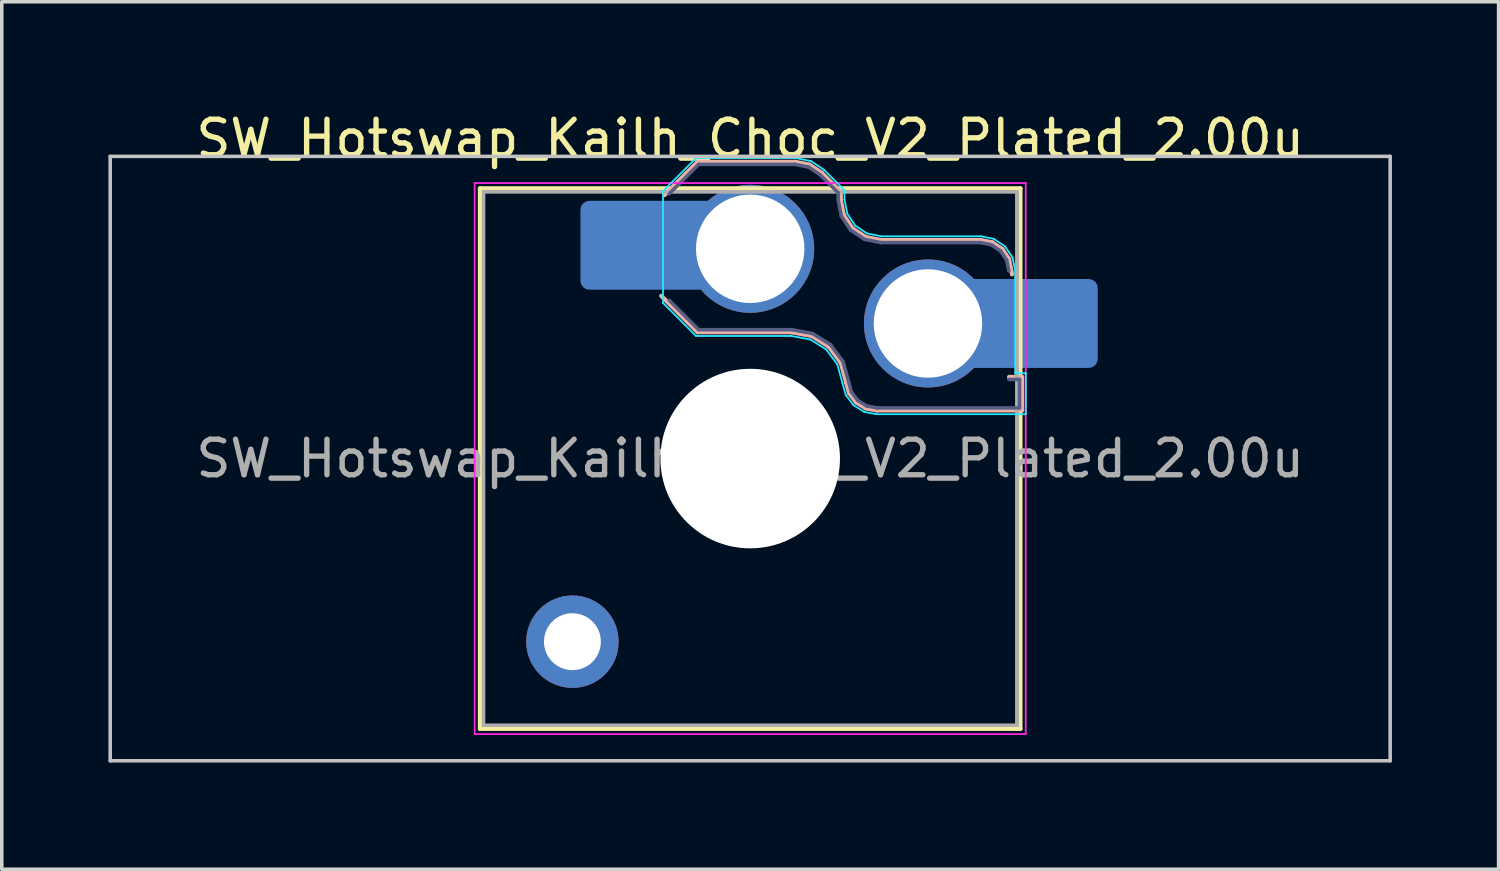
<source format=kicad_pcb>
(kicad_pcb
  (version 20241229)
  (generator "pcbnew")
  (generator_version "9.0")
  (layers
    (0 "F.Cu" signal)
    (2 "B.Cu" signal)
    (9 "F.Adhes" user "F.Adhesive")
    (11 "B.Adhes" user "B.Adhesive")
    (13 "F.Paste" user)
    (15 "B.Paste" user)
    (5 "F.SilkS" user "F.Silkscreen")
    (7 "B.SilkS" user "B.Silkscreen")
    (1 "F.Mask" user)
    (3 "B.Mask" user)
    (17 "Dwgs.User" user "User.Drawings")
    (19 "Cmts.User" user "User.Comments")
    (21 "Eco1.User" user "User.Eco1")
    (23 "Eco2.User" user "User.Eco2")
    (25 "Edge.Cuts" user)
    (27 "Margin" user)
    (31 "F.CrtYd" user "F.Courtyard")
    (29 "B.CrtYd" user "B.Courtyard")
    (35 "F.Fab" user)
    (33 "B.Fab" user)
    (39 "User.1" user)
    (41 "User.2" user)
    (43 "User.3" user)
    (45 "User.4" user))
  (footprint "SW_Hotswap_Kailh_Choc_V2_Plated_2.00u"
    (layer "F.Cu")
    (at 18.05 9.848)
    (property "Reference" "SW_Hotswap_Kailh_Choc_V2_Plated_2.00u" (at 0 -9 0) (layer "F.SilkS") (effects (font (size 1 1) (thickness 0.15))))
    (attr smd)
    (fp_line (start -7.6 -7.6) (end -7.6 7.6) (stroke (width 0.12) (type solid)) (layer "F.SilkS"))
    (fp_line (start -7.6 7.6) (end 7.6 7.6) (stroke (width 0.12) (type solid)) (layer "F.SilkS"))
    (fp_line (start 7.6 -7.6) (end -7.6 -7.6) (stroke (width 0.12) (type solid)) (layer "F.SilkS"))
    (fp_line (start 7.6 7.6) (end 7.6 -7.6) (stroke (width 0.12) (type solid)) (layer "F.SilkS"))
    (fp_line (start -2.416 -7.409) (end -1.479 -8.346) (stroke (width 0.12) (type solid)) (layer "B.SilkS"))
    (fp_line (start -1.479 -8.346) (end 1.268 -8.346) (stroke (width 0.12) (type solid)) (layer "B.SilkS"))
    (fp_line (start -1.479 -3.554) (end -2.5 -4.575) (stroke (width 0.12) (type solid)) (layer "B.SilkS"))
    (fp_line (start 1.168 -3.554) (end -1.479 -3.554) (stroke (width 0.12) (type solid)) (layer "B.SilkS"))
    (fp_line (start 1.268 -8.346) (end 1.671 -8.266) (stroke (width 0.12) (type solid)) (layer "B.SilkS"))
    (fp_line (start 1.671 -8.266) (end 2.013 -8.037) (stroke (width 0.12) (type solid)) (layer "B.SilkS"))
    (fp_line (start 1.73 -3.449) (end 1.168 -3.554) (stroke (width 0.12) (type solid)) (layer "B.SilkS"))
    (fp_line (start 2.013 -8.037) (end 2.546 -7.504) (stroke (width 0.12) (type solid)) (layer "B.SilkS"))
    (fp_line (start 2.209 -3.15) (end 1.73 -3.449) (stroke (width 0.12) (type solid)) (layer "B.SilkS"))
    (fp_line (start 2.546 -7.504) (end 2.546 -7.282) (stroke (width 0.12) (type solid)) (layer "B.SilkS"))
    (fp_line (start 2.546 -7.282) (end 2.633 -6.844) (stroke (width 0.12) (type solid)) (layer "B.SilkS"))
    (fp_line (start 2.547 -2.697) (end 2.209 -3.15) (stroke (width 0.12) (type solid)) (layer "B.SilkS"))
    (fp_line (start 2.633 -6.844) (end 2.877 -6.477) (stroke (width 0.12) (type solid)) (layer "B.SilkS"))
    (fp_line (start 2.701 -2.139) (end 2.547 -2.697) (stroke (width 0.12) (type solid)) (layer "B.SilkS"))
    (fp_line (start 2.783 -1.841) (end 2.701 -2.139) (stroke (width 0.12) (type solid)) (layer "B.SilkS"))
    (fp_line (start 2.877 -6.477) (end 3.244 -6.233) (stroke (width 0.12) (type solid)) (layer "B.SilkS"))
    (fp_line (start 2.976 -1.583) (end 2.783 -1.841) (stroke (width 0.12) (type solid)) (layer "B.SilkS"))
    (fp_line (start 3.244 -6.233) (end 3.682 -6.146) (stroke (width 0.12) (type solid)) (layer "B.SilkS"))
    (fp_line (start 3.25 -1.413) (end 2.976 -1.583) (stroke (width 0.12) (type solid)) (layer "B.SilkS"))
    (fp_line (start 3.56 -1.354) (end 3.25 -1.413) (stroke (width 0.12) (type solid)) (layer "B.SilkS"))
    (fp_line (start 3.682 -6.146) (end 6.482 -6.146) (stroke (width 0.12) (type solid)) (layer "B.SilkS"))
    (fp_line (start 6.482 -6.146) (end 6.809 -6.081) (stroke (width 0.12) (type solid)) (layer "B.SilkS"))
    (fp_line (start 6.809 -6.081) (end 7.092 -5.892) (stroke (width 0.12) (type solid)) (layer "B.SilkS"))
    (fp_line (start 7.092 -5.892) (end 7.281 -5.609) (stroke (width 0.12) (type solid)) (layer "B.SilkS"))
    (fp_line (start 7.281 -5.609) (end 7.366 -5.182) (stroke (width 0.12) (type solid)) (layer "B.SilkS"))
    (fp_line (start 7.283 -2.296) (end 7.646 -2.296) (stroke (width 0.12) (type solid)) (layer "B.SilkS"))
    (fp_line (start 7.646 -2.296) (end 7.646 -1.354) (stroke (width 0.12) (type solid)) (layer "B.SilkS"))
    (fp_line (start 7.646 -1.354) (end 3.56 -1.354) (stroke (width 0.12) (type solid)) (layer "B.SilkS"))
    (fp_line (start -18 -8.5) (end -18 8.5) (stroke (width 0.1) (type solid)) (layer "Dwgs.User"))
    (fp_line (start -18 8.5) (end 18 8.5) (stroke (width 0.1) (type solid)) (layer "Dwgs.User"))
    (fp_line (start 18 -8.5) (end -18 -8.5) (stroke (width 0.1) (type solid)) (layer "Dwgs.User"))
    (fp_line (start 18 8.5) (end 18 -8.5) (stroke (width 0.1) (type solid)) (layer "Dwgs.User"))
    (fp_line (start -7.25 -7.25) (end -7.25 7.25) (stroke (width 0.1) (type solid)) (layer "Eco1.User"))
    (fp_line (start -7.25 7.25) (end 7.25 7.25) (stroke (width 0.1) (type solid)) (layer "Eco1.User"))
    (fp_line (start 7.25 -7.25) (end -7.25 -7.25) (stroke (width 0.1) (type solid)) (layer "Eco1.User"))
    (fp_line (start 7.25 7.25) (end 7.25 -7.25) (stroke (width 0.1) (type solid)) (layer "Eco1.User"))
    (fp_line (start -2.452 -7.523) (end -1.523 -8.452) (stroke (width 0.05) (type solid)) (layer "B.CrtYd"))
    (fp_line (start -2.452 -4.377) (end -2.452 -7.523) (stroke (width 0.05) (type solid)) (layer "B.CrtYd"))
    (fp_line (start -1.523 -8.452) (end 1.278 -8.452) (stroke (width 0.05) (type solid)) (layer "B.CrtYd"))
    (fp_line (start -1.523 -3.448) (end -2.452 -4.377) (stroke (width 0.05) (type solid)) (layer "B.CrtYd"))
    (fp_line (start 1.159 -3.448) (end -1.523 -3.448) (stroke (width 0.05) (type solid)) (layer "B.CrtYd"))
    (fp_line (start 1.278 -8.452) (end 1.712 -8.366) (stroke (width 0.05) (type solid)) (layer "B.CrtYd"))
    (fp_line (start 1.691 -3.348) (end 1.159 -3.448) (stroke (width 0.05) (type solid)) (layer "B.CrtYd"))
    (fp_line (start 1.712 -8.366) (end 2.081 -8.119) (stroke (width 0.05) (type solid)) (layer "B.CrtYd"))
    (fp_line (start 2.081 -8.119) (end 2.652 -7.548) (stroke (width 0.05) (type solid)) (layer "B.CrtYd"))
    (fp_line (start 2.136 -3.071) (end 1.691 -3.348) (stroke (width 0.05) (type solid)) (layer "B.CrtYd"))
    (fp_line (start 2.45 -2.65) (end 2.136 -3.071) (stroke (width 0.05) (type solid)) (layer "B.CrtYd"))
    (fp_line (start 2.599 -2.111) (end 2.45 -2.65) (stroke (width 0.05) (type solid)) (layer "B.CrtYd"))
    (fp_line (start 2.652 -7.548) (end 2.652 -7.292) (stroke (width 0.05) (type solid)) (layer "B.CrtYd"))
    (fp_line (start 2.652 -7.292) (end 2.733 -6.885) (stroke (width 0.05) (type solid)) (layer "B.CrtYd"))
    (fp_line (start 2.687 -1.794) (end 2.599 -2.111) (stroke (width 0.05) (type solid)) (layer "B.CrtYd"))
    (fp_line (start 2.733 -6.885) (end 2.953 -6.553) (stroke (width 0.05) (type solid)) (layer "B.CrtYd"))
    (fp_line (start 2.903 -1.503) (end 2.687 -1.794) (stroke (width 0.05) (type solid)) (layer "B.CrtYd"))
    (fp_line (start 2.953 -6.553) (end 3.285 -6.333) (stroke (width 0.05) (type solid)) (layer "B.CrtYd"))
    (fp_line (start 3.211 -1.312) (end 2.903 -1.503) (stroke (width 0.05) (type solid)) (layer "B.CrtYd"))
    (fp_line (start 3.285 -6.333) (end 3.692 -6.252) (stroke (width 0.05) (type solid)) (layer "B.CrtYd"))
    (fp_line (start 3.55 -1.248) (end 3.211 -1.312) (stroke (width 0.05) (type solid)) (layer "B.CrtYd"))
    (fp_line (start 3.692 -6.252) (end 6.492 -6.252) (stroke (width 0.05) (type solid)) (layer "B.CrtYd"))
    (fp_line (start 6.492 -6.252) (end 6.85 -6.181) (stroke (width 0.05) (type solid)) (layer "B.CrtYd"))
    (fp_line (start 6.85 -6.181) (end 7.168 -5.968) (stroke (width 0.05) (type solid)) (layer "B.CrtYd"))
    (fp_line (start 7.168 -5.968) (end 7.381 -5.65) (stroke (width 0.05) (type solid)) (layer "B.CrtYd"))
    (fp_line (start 7.381 -5.65) (end 7.452 -5.292) (stroke (width 0.05) (type solid)) (layer "B.CrtYd"))
    (fp_line (start 7.452 -5.292) (end 7.452 -2.402) (stroke (width 0.05) (type solid)) (layer "B.CrtYd"))
    (fp_line (start 7.452 -2.402) (end 7.752 -2.402) (stroke (width 0.05) (type solid)) (layer "B.CrtYd"))
    (fp_line (start 7.752 -2.402) (end 7.752 -1.248) (stroke (width 0.05) (type solid)) (layer "B.CrtYd"))
    (fp_line (start 7.752 -1.248) (end 3.55 -1.248) (stroke (width 0.05) (type solid)) (layer "B.CrtYd"))
    (fp_line (start -7.75 -7.75) (end -7.75 7.75) (stroke (width 0.05) (type solid)) (layer "F.CrtYd"))
    (fp_line (start -7.75 7.75) (end 7.75 7.75) (stroke (width 0.05) (type solid)) (layer "F.CrtYd"))
    (fp_line (start 7.75 -7.75) (end -7.75 -7.75) (stroke (width 0.05) (type solid)) (layer "F.CrtYd"))
    (fp_line (start 7.75 7.75) (end 7.75 -7.75) (stroke (width 0.05) (type solid)) (layer "F.CrtYd"))
    (fp_line (start -2.275 -7.45) (end -1.45 -8.275) (stroke (width 0.1) (type solid)) (layer "B.Fab"))
    (fp_line (start -1.45 -8.275) (end 1.261 -8.275) (stroke (width 0.1) (type solid)) (layer "B.Fab"))
    (fp_line (start -1.45 -3.625) (end -2.275 -4.45) (stroke (width 0.1) (type solid)) (layer "B.Fab"))
    (fp_line (start 1.175 -3.625) (end -1.45 -3.625) (stroke (width 0.1) (type solid)) (layer "B.Fab"))
    (fp_line (start 1.261 -8.275) (end 1.643 -8.199) (stroke (width 0.1) (type solid)) (layer "B.Fab"))
    (fp_line (start 1.643 -8.199) (end 1.968 -7.982) (stroke (width 0.1) (type solid)) (layer "B.Fab"))
    (fp_line (start 1.756 -3.516) (end 1.175 -3.625) (stroke (width 0.1) (type solid)) (layer "B.Fab"))
    (fp_line (start 1.968 -7.982) (end 2.475 -7.475) (stroke (width 0.1) (type solid)) (layer "B.Fab"))
    (fp_line (start 2.258 -3.203) (end 1.756 -3.516) (stroke (width 0.1) (type solid)) (layer "B.Fab"))
    (fp_line (start 2.475 -7.475) (end 2.475 -7.275) (stroke (width 0.1) (type solid)) (layer "B.Fab"))
    (fp_line (start 2.475 -7.275) (end 2.566 -6.816) (stroke (width 0.1) (type solid)) (layer "B.Fab"))
    (fp_line (start 2.566 -6.816) (end 2.826 -6.426) (stroke (width 0.1) (type solid)) (layer "B.Fab"))
    (fp_line (start 2.612 -2.729) (end 2.258 -3.203) (stroke (width 0.1) (type solid)) (layer "B.Fab"))
    (fp_line (start 2.769 -2.158) (end 2.612 -2.729) (stroke (width 0.1) (type solid)) (layer "B.Fab"))
    (fp_line (start 2.826 -6.426) (end 3.216 -6.166) (stroke (width 0.1) (type solid)) (layer "B.Fab"))
    (fp_line (start 2.848 -1.873) (end 2.769 -2.158) (stroke (width 0.1) (type solid)) (layer "B.Fab"))
    (fp_line (start 3.025 -1.636) (end 2.848 -1.873) (stroke (width 0.1) (type solid)) (layer "B.Fab"))
    (fp_line (start 3.216 -6.166) (end 3.675 -6.075) (stroke (width 0.1) (type solid)) (layer "B.Fab"))
    (fp_line (start 3.276 -1.48) (end 3.025 -1.636) (stroke (width 0.1) (type solid)) (layer "B.Fab"))
    (fp_line (start 3.567 -1.425) (end 3.276 -1.48) (stroke (width 0.1) (type solid)) (layer "B.Fab"))
    (fp_line (start 3.675 -6.075) (end 6.475 -6.075) (stroke (width 0.1) (type solid)) (layer "B.Fab"))
    (fp_line (start 6.475 -6.075) (end 6.781 -6.014) (stroke (width 0.1) (type solid)) (layer "B.Fab"))
    (fp_line (start 6.781 -6.014) (end 7.041 -5.841) (stroke (width 0.1) (type solid)) (layer "B.Fab"))
    (fp_line (start 7.041 -5.841) (end 7.214 -5.581) (stroke (width 0.1) (type solid)) (layer "B.Fab"))
    (fp_line (start 7.214 -5.581) (end 7.275 -5.275) (stroke (width 0.1) (type solid)) (layer "B.Fab"))
    (fp_line (start 7.275 -2.225) (end 7.575 -2.225) (stroke (width 0.1) (type solid)) (layer "B.Fab"))
    (fp_line (start 7.575 -2.225) (end 7.575 -1.425) (stroke (width 0.1) (type solid)) (layer "B.Fab"))
    (fp_line (start 7.575 -1.425) (end 3.567 -1.425) (stroke (width 0.1) (type solid)) (layer "B.Fab"))
    (fp_line (start -7.5 -7.5) (end -7.5 7.5) (stroke (width 0.1) (type solid)) (layer "F.Fab"))
    (fp_line (start -7.5 7.5) (end 7.5 7.5) (stroke (width 0.1) (type solid)) (layer "F.Fab"))
    (fp_line (start 7.5 -7.5) (end -7.5 -7.5) (stroke (width 0.1) (type solid)) (layer "F.Fab"))
    (fp_line (start 7.5 7.5) (end 7.5 -7.5) (stroke (width 0.1) (type solid)) (layer "F.Fab"))
    (fp_text user "${REFERENCE}" (at 0 0 0) (layer "F.Fab") (effects (font (size 1 1) (thickness 0.15))))
    (pad "" thru_hole circle (at -5 5.15) (size 2.6 2.6) (drill 1.6) (layers "*.Cu" "*.Mask"))
    (pad "" smd roundrect (at -3.5 -6) (size 2.55 2.5) (layers "B.Mask" "B.Paste") (roundrect_rratio 0.1))
    (pad "" np_thru_hole circle (at 0 0) (size 5.05 5.05) (drill 5.05) (layers "*.Cu" "*.Mask"))
    (pad "" smd roundrect (at 8.5 -3.8) (size 2.55 2.5) (layers "B.Mask" "B.Paste") (roundrect_rratio 0.1))
    (pad "1" smd roundrect (at -2.85 -6) (size 3.85 2.5) (layers "B.Cu") (roundrect_rratio 0.1))
    (pad "1" thru_hole circle (at 0 -5.9) (size 3.6 3.6) (drill 3.05) (layers "*.Cu" "*.Mask"))
    (pad "2" thru_hole circle (at 5 -3.8) (size 3.6 3.6) (drill 3.05) (layers "*.Cu" "*.Mask"))
    (pad "2" smd roundrect (at 7.85 -3.8) (size 3.85 2.5) (layers "B.Cu") (roundrect_rratio 0.1)))
  (gr_rect
    (start -3 -3)
    (end 39.1 21.398)
    (stroke (width 0.1) (type default))
    (fill no)
    (layer "Edge.Cuts")))
</source>
